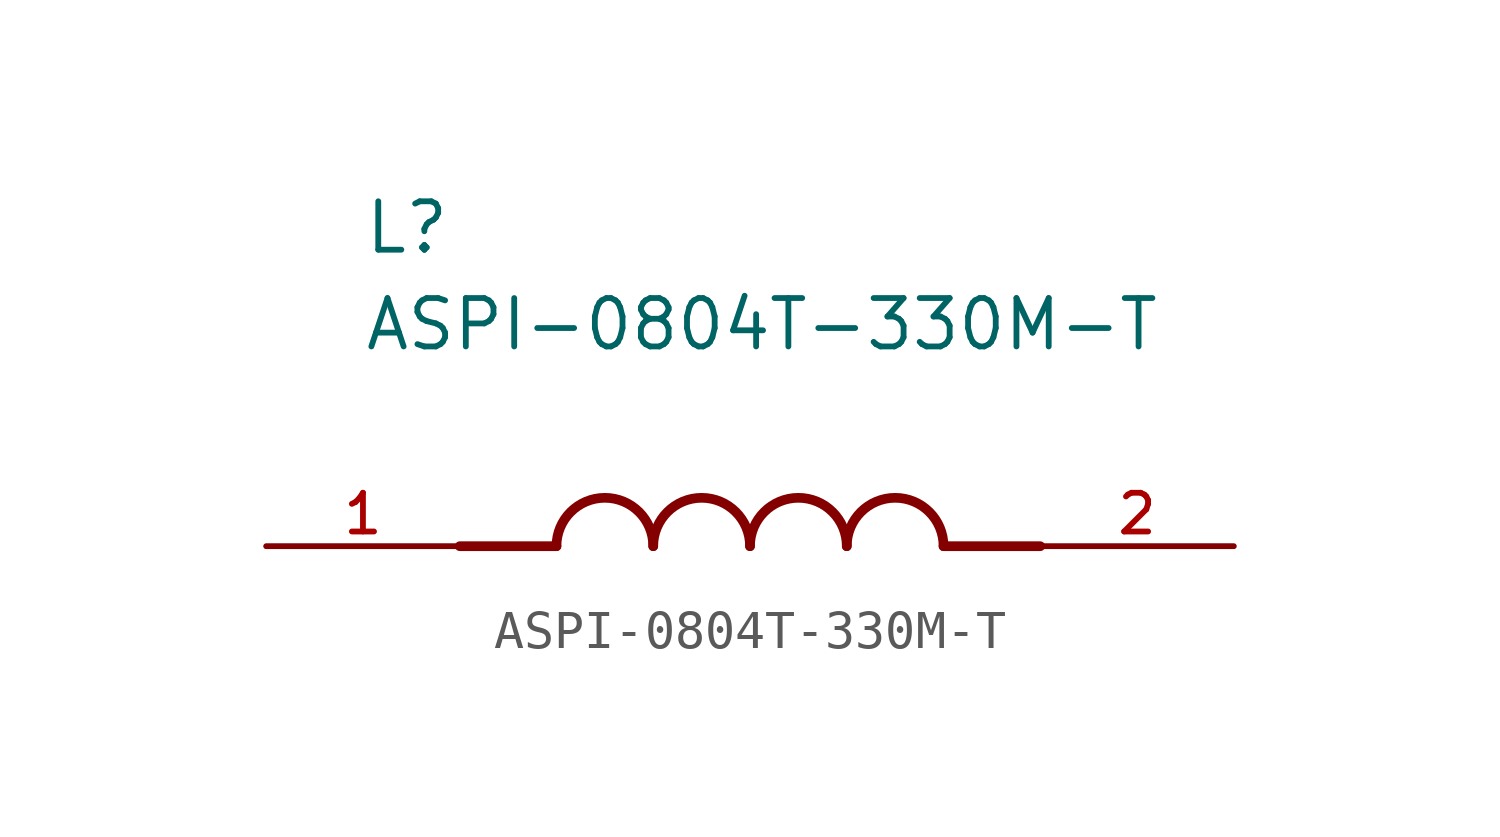
<source format=kicad_sym>
(kicad_symbol_lib
  (version 20211014)
  (generator kicad_symbol_editor)
  (symbol "ASPI-0804T-330M-T"
    (pin_names
      (offset 1.016))
    (property "Reference" "L"
      (at -10.16 7.62 0)
      (effects (font (size 1.27 1.27)) (justify bottom left)))
    (property "Value" "ASPI-0804T-330M-T"
      (at -10.16 5.08 0)
      (effects (font (size 1.27 1.27)) (justify bottom left)))
    (symbol "ASPI-0804T-330M-T_0_0"
      (polyline (pts (xy -5.08 0.0) (xy -7.62 0.0)) (stroke (width 0.254)))
      (polyline (pts (xy 5.08 0.0) (xy 7.62 0.0)) (stroke (width 0.254)))
      (arc (start -2.54 0.0) (mid -3.81 1.27) (end -5.08 0.0) (stroke (width 0.254) (type default) (color 0 0 0 0)) (fill (type none)))
      (arc (start 0.0 0.0) (mid -1.27 1.27) (end -2.54 0.0) (stroke (width 0.254) (type default) (color 0 0 0 0)) (fill (type none)))
      (arc (start 2.54 0.0) (mid 1.27 1.27) (end 0.0 0.0) (stroke (width 0.254) (type default) (color 0 0 0 0)) (fill (type none)))
      (arc (start 5.08 0.0) (mid 3.81 1.27) (end 2.54 0.0) (stroke (width 0.254) (type default) (color 0 0 0 0)) (fill (type none)))
      (pin passive line (at -12.7 0.0 0) (length 5.08) (name "~" (effects (font (size 1.016 1.016)))) (number "1" (effects (font (size 1.016 1.016)))))
      (pin passive line (at 12.7 0.0 180.0) (length 5.08) (name "~" (effects (font (size 1.016 1.016)))) (number "2" (effects (font (size 1.016 1.016))))))))
</source>
